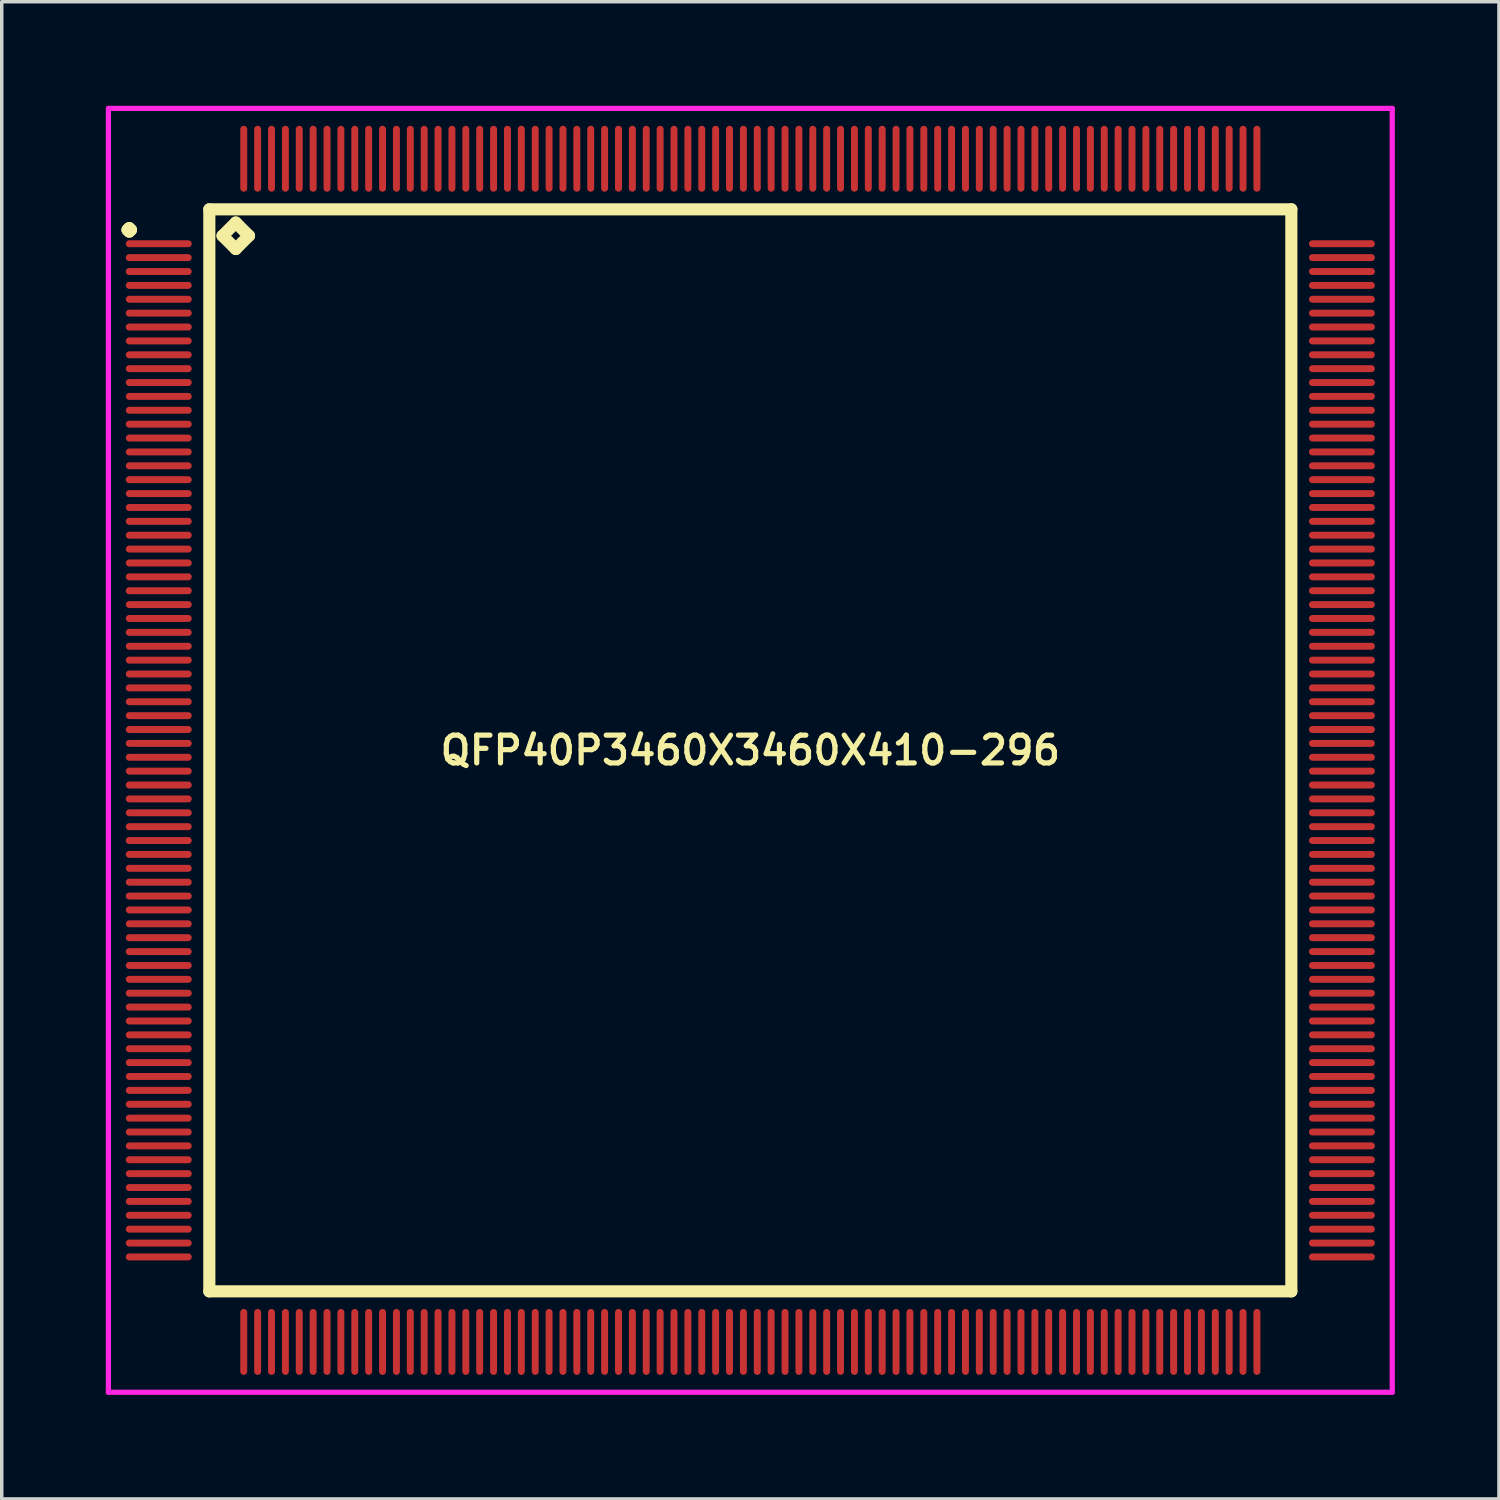
<source format=kicad_pcb>
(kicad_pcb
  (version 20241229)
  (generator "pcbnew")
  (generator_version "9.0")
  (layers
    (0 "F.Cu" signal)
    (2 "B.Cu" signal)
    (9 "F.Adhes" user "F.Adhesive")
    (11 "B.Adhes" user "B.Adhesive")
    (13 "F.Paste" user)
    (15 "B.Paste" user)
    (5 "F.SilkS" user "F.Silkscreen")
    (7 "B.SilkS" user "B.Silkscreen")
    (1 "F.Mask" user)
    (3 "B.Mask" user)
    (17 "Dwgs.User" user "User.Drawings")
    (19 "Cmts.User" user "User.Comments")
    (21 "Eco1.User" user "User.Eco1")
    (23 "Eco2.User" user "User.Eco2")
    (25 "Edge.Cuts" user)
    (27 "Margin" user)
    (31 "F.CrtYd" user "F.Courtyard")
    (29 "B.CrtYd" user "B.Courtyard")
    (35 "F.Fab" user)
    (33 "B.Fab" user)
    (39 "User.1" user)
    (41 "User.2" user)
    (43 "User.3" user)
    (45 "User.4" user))
  (footprint "QFP40P3460X3460X410-296"
    (layer "F.Cu")
    (at 18.575 18.575)
    (property "Reference" "QFP40P3460X3460X410-296" (at 0 0 0) (layer "F.SilkS") (effects (font (size 0.8 0.8) (thickness 0.15))))
    (attr smd)
    (fp_line (start -17.95 -15) (end -17.9 -15.05) (stroke (width 0.35) (type solid)) (layer "F.SilkS"))
    (fp_line (start -17.9 -15.05) (end -17.85 -15) (stroke (width 0.35) (type solid)) (layer "F.SilkS"))
    (fp_line (start -17.9 -14.95) (end -17.95 -15) (stroke (width 0.35) (type solid)) (layer "F.SilkS"))
    (fp_line (start -17.85 -15) (end -17.9 -14.95) (stroke (width 0.35) (type solid)) (layer "F.SilkS"))
    (fp_line (start -15.592 -15.592) (end -15.592 15.592) (stroke (width 0.35) (type solid)) (layer "F.SilkS"))
    (fp_line (start -15.592 15.592) (end 15.592 15.592) (stroke (width 0.35) (type solid)) (layer "F.SilkS"))
    (fp_line (start -15.211 -14.83) (end -14.83 -15.211) (stroke (width 0.35) (type solid)) (layer "F.SilkS"))
    (fp_line (start -14.83 -15.211) (end -14.449 -14.83) (stroke (width 0.35) (type solid)) (layer "F.SilkS"))
    (fp_line (start -14.83 -14.449) (end -15.211 -14.83) (stroke (width 0.35) (type solid)) (layer "F.SilkS"))
    (fp_line (start -14.449 -14.83) (end -14.83 -14.449) (stroke (width 0.35) (type solid)) (layer "F.SilkS"))
    (fp_line (start 15.592 -15.592) (end -15.592 -15.592) (stroke (width 0.35) (type solid)) (layer "F.SilkS"))
    (fp_line (start 15.592 15.592) (end 15.592 -15.592) (stroke (width 0.35) (type solid)) (layer "F.SilkS"))
    (fp_line (start -18.5 -18.5) (end 18.5 -18.5) (stroke (width 0.15) (type solid)) (layer "F.CrtYd"))
    (fp_line (start -18.5 18.5) (end -18.5 -18.5) (stroke (width 0.15) (type solid)) (layer "F.CrtYd"))
    (fp_line (start 18.5 -18.5) (end 18.5 18.5) (stroke (width 0.15) (type solid)) (layer "F.CrtYd"))
    (fp_line (start 18.5 18.5) (end -18.5 18.5) (stroke (width 0.15) (type solid)) (layer "F.CrtYd"))
    (pad "1" smd oval (at -17.05 -14.6) (size 1.9 0.2) (layers "F.Cu" "F.Mask" "F.Paste"))
    (pad "2" smd oval (at -17.05 -14.2) (size 1.9 0.2) (layers "F.Cu" "F.Mask" "F.Paste"))
    (pad "3" smd oval (at -17.05 -13.8) (size 1.9 0.2) (layers "F.Cu" "F.Mask" "F.Paste"))
    (pad "4" smd oval (at -17.05 -13.4) (size 1.9 0.2) (layers "F.Cu" "F.Mask" "F.Paste"))
    (pad "5" smd oval (at -17.05 -13) (size 1.9 0.2) (layers "F.Cu" "F.Mask" "F.Paste"))
    (pad "6" smd oval (at -17.05 -12.6) (size 1.9 0.2) (layers "F.Cu" "F.Mask" "F.Paste"))
    (pad "7" smd oval (at -17.05 -12.2) (size 1.9 0.2) (layers "F.Cu" "F.Mask" "F.Paste"))
    (pad "8" smd oval (at -17.05 -11.8) (size 1.9 0.2) (layers "F.Cu" "F.Mask" "F.Paste"))
    (pad "9" smd oval (at -17.05 -11.4) (size 1.9 0.2) (layers "F.Cu" "F.Mask" "F.Paste"))
    (pad "10" smd oval (at -17.05 -11) (size 1.9 0.2) (layers "F.Cu" "F.Mask" "F.Paste"))
    (pad "11" smd oval (at -17.05 -10.6) (size 1.9 0.2) (layers "F.Cu" "F.Mask" "F.Paste"))
    (pad "12" smd oval (at -17.05 -10.2) (size 1.9 0.2) (layers "F.Cu" "F.Mask" "F.Paste"))
    (pad "13" smd oval (at -17.05 -9.8) (size 1.9 0.2) (layers "F.Cu" "F.Mask" "F.Paste"))
    (pad "14" smd oval (at -17.05 -9.4) (size 1.9 0.2) (layers "F.Cu" "F.Mask" "F.Paste"))
    (pad "15" smd oval (at -17.05 -9) (size 1.9 0.2) (layers "F.Cu" "F.Mask" "F.Paste"))
    (pad "16" smd oval (at -17.05 -8.6) (size 1.9 0.2) (layers "F.Cu" "F.Mask" "F.Paste"))
    (pad "17" smd oval (at -17.05 -8.2) (size 1.9 0.2) (layers "F.Cu" "F.Mask" "F.Paste"))
    (pad "18" smd oval (at -17.05 -7.8) (size 1.9 0.2) (layers "F.Cu" "F.Mask" "F.Paste"))
    (pad "19" smd oval (at -17.05 -7.4) (size 1.9 0.2) (layers "F.Cu" "F.Mask" "F.Paste"))
    (pad "20" smd oval (at -17.05 -7) (size 1.9 0.2) (layers "F.Cu" "F.Mask" "F.Paste"))
    (pad "21" smd oval (at -17.05 -6.6) (size 1.9 0.2) (layers "F.Cu" "F.Mask" "F.Paste"))
    (pad "22" smd oval (at -17.05 -6.2) (size 1.9 0.2) (layers "F.Cu" "F.Mask" "F.Paste"))
    (pad "23" smd oval (at -17.05 -5.8) (size 1.9 0.2) (layers "F.Cu" "F.Mask" "F.Paste"))
    (pad "24" smd oval (at -17.05 -5.4) (size 1.9 0.2) (layers "F.Cu" "F.Mask" "F.Paste"))
    (pad "25" smd oval (at -17.05 -5) (size 1.9 0.2) (layers "F.Cu" "F.Mask" "F.Paste"))
    (pad "26" smd oval (at -17.05 -4.6) (size 1.9 0.2) (layers "F.Cu" "F.Mask" "F.Paste"))
    (pad "27" smd oval (at -17.05 -4.2) (size 1.9 0.2) (layers "F.Cu" "F.Mask" "F.Paste"))
    (pad "28" smd oval (at -17.05 -3.8) (size 1.9 0.2) (layers "F.Cu" "F.Mask" "F.Paste"))
    (pad "29" smd oval (at -17.05 -3.4) (size 1.9 0.2) (layers "F.Cu" "F.Mask" "F.Paste"))
    (pad "30" smd oval (at -17.05 -3) (size 1.9 0.2) (layers "F.Cu" "F.Mask" "F.Paste"))
    (pad "31" smd oval (at -17.05 -2.6) (size 1.9 0.2) (layers "F.Cu" "F.Mask" "F.Paste"))
    (pad "32" smd oval (at -17.05 -2.2) (size 1.9 0.2) (layers "F.Cu" "F.Mask" "F.Paste"))
    (pad "33" smd oval (at -17.05 -1.8) (size 1.9 0.2) (layers "F.Cu" "F.Mask" "F.Paste"))
    (pad "34" smd oval (at -17.05 -1.4) (size 1.9 0.2) (layers "F.Cu" "F.Mask" "F.Paste"))
    (pad "35" smd oval (at -17.05 -1) (size 1.9 0.2) (layers "F.Cu" "F.Mask" "F.Paste"))
    (pad "36" smd oval (at -17.05 -0.6) (size 1.9 0.2) (layers "F.Cu" "F.Mask" "F.Paste"))
    (pad "37" smd oval (at -17.05 -0.2) (size 1.9 0.2) (layers "F.Cu" "F.Mask" "F.Paste"))
    (pad "38" smd oval (at -17.05 0.2) (size 1.9 0.2) (layers "F.Cu" "F.Mask" "F.Paste"))
    (pad "39" smd oval (at -17.05 0.6) (size 1.9 0.2) (layers "F.Cu" "F.Mask" "F.Paste"))
    (pad "40" smd oval (at -17.05 1) (size 1.9 0.2) (layers "F.Cu" "F.Mask" "F.Paste"))
    (pad "41" smd oval (at -17.05 1.4) (size 1.9 0.2) (layers "F.Cu" "F.Mask" "F.Paste"))
    (pad "42" smd oval (at -17.05 1.8) (size 1.9 0.2) (layers "F.Cu" "F.Mask" "F.Paste"))
    (pad "43" smd oval (at -17.05 2.2) (size 1.9 0.2) (layers "F.Cu" "F.Mask" "F.Paste"))
    (pad "44" smd oval (at -17.05 2.6) (size 1.9 0.2) (layers "F.Cu" "F.Mask" "F.Paste"))
    (pad "45" smd oval (at -17.05 3) (size 1.9 0.2) (layers "F.Cu" "F.Mask" "F.Paste"))
    (pad "46" smd oval (at -17.05 3.4) (size 1.9 0.2) (layers "F.Cu" "F.Mask" "F.Paste"))
    (pad "47" smd oval (at -17.05 3.8) (size 1.9 0.2) (layers "F.Cu" "F.Mask" "F.Paste"))
    (pad "48" smd oval (at -17.05 4.2) (size 1.9 0.2) (layers "F.Cu" "F.Mask" "F.Paste"))
    (pad "49" smd oval (at -17.05 4.6) (size 1.9 0.2) (layers "F.Cu" "F.Mask" "F.Paste"))
    (pad "50" smd oval (at -17.05 5) (size 1.9 0.2) (layers "F.Cu" "F.Mask" "F.Paste"))
    (pad "51" smd oval (at -17.05 5.4) (size 1.9 0.2) (layers "F.Cu" "F.Mask" "F.Paste"))
    (pad "52" smd oval (at -17.05 5.8) (size 1.9 0.2) (layers "F.Cu" "F.Mask" "F.Paste"))
    (pad "53" smd oval (at -17.05 6.2) (size 1.9 0.2) (layers "F.Cu" "F.Mask" "F.Paste"))
    (pad "54" smd oval (at -17.05 6.6) (size 1.9 0.2) (layers "F.Cu" "F.Mask" "F.Paste"))
    (pad "55" smd oval (at -17.05 7) (size 1.9 0.2) (layers "F.Cu" "F.Mask" "F.Paste"))
    (pad "56" smd oval (at -17.05 7.4) (size 1.9 0.2) (layers "F.Cu" "F.Mask" "F.Paste"))
    (pad "57" smd oval (at -17.05 7.8) (size 1.9 0.2) (layers "F.Cu" "F.Mask" "F.Paste"))
    (pad "58" smd oval (at -17.05 8.2) (size 1.9 0.2) (layers "F.Cu" "F.Mask" "F.Paste"))
    (pad "59" smd oval (at -17.05 8.6) (size 1.9 0.2) (layers "F.Cu" "F.Mask" "F.Paste"))
    (pad "60" smd oval (at -17.05 9) (size 1.9 0.2) (layers "F.Cu" "F.Mask" "F.Paste"))
    (pad "61" smd oval (at -17.05 9.4) (size 1.9 0.2) (layers "F.Cu" "F.Mask" "F.Paste"))
    (pad "62" smd oval (at -17.05 9.8) (size 1.9 0.2) (layers "F.Cu" "F.Mask" "F.Paste"))
    (pad "63" smd oval (at -17.05 10.2) (size 1.9 0.2) (layers "F.Cu" "F.Mask" "F.Paste"))
    (pad "64" smd oval (at -17.05 10.6) (size 1.9 0.2) (layers "F.Cu" "F.Mask" "F.Paste"))
    (pad "65" smd oval (at -17.05 11) (size 1.9 0.2) (layers "F.Cu" "F.Mask" "F.Paste"))
    (pad "66" smd oval (at -17.05 11.4) (size 1.9 0.2) (layers "F.Cu" "F.Mask" "F.Paste"))
    (pad "67" smd oval (at -17.05 11.8) (size 1.9 0.2) (layers "F.Cu" "F.Mask" "F.Paste"))
    (pad "68" smd oval (at -17.05 12.2) (size 1.9 0.2) (layers "F.Cu" "F.Mask" "F.Paste"))
    (pad "69" smd oval (at -17.05 12.6) (size 1.9 0.2) (layers "F.Cu" "F.Mask" "F.Paste"))
    (pad "70" smd oval (at -17.05 13) (size 1.9 0.2) (layers "F.Cu" "F.Mask" "F.Paste"))
    (pad "71" smd oval (at -17.05 13.4) (size 1.9 0.2) (layers "F.Cu" "F.Mask" "F.Paste"))
    (pad "72" smd oval (at -17.05 13.8) (size 1.9 0.2) (layers "F.Cu" "F.Mask" "F.Paste"))
    (pad "73" smd oval (at -17.05 14.2) (size 1.9 0.2) (layers "F.Cu" "F.Mask" "F.Paste"))
    (pad "74" smd oval (at -17.05 14.6) (size 1.9 0.2) (layers "F.Cu" "F.Mask" "F.Paste"))
    (pad "75" smd oval (at -14.6 17.05) (size 0.2 1.9) (layers "F.Cu" "F.Mask" "F.Paste"))
    (pad "76" smd oval (at -14.2 17.05) (size 0.2 1.9) (layers "F.Cu" "F.Mask" "F.Paste"))
    (pad "77" smd oval (at -13.8 17.05) (size 0.2 1.9) (layers "F.Cu" "F.Mask" "F.Paste"))
    (pad "78" smd oval (at -13.4 17.05) (size 0.2 1.9) (layers "F.Cu" "F.Mask" "F.Paste"))
    (pad "79" smd oval (at -13 17.05) (size 0.2 1.9) (layers "F.Cu" "F.Mask" "F.Paste"))
    (pad "80" smd oval (at -12.6 17.05) (size 0.2 1.9) (layers "F.Cu" "F.Mask" "F.Paste"))
    (pad "81" smd oval (at -12.2 17.05) (size 0.2 1.9) (layers "F.Cu" "F.Mask" "F.Paste"))
    (pad "82" smd oval (at -11.8 17.05) (size 0.2 1.9) (layers "F.Cu" "F.Mask" "F.Paste"))
    (pad "83" smd oval (at -11.4 17.05) (size 0.2 1.9) (layers "F.Cu" "F.Mask" "F.Paste"))
    (pad "84" smd oval (at -11 17.05) (size 0.2 1.9) (layers "F.Cu" "F.Mask" "F.Paste"))
    (pad "85" smd oval (at -10.6 17.05) (size 0.2 1.9) (layers "F.Cu" "F.Mask" "F.Paste"))
    (pad "86" smd oval (at -10.2 17.05) (size 0.2 1.9) (layers "F.Cu" "F.Mask" "F.Paste"))
    (pad "87" smd oval (at -9.8 17.05) (size 0.2 1.9) (layers "F.Cu" "F.Mask" "F.Paste"))
    (pad "88" smd oval (at -9.4 17.05) (size 0.2 1.9) (layers "F.Cu" "F.Mask" "F.Paste"))
    (pad "89" smd oval (at -9 17.05) (size 0.2 1.9) (layers "F.Cu" "F.Mask" "F.Paste"))
    (pad "90" smd oval (at -8.6 17.05) (size 0.2 1.9) (layers "F.Cu" "F.Mask" "F.Paste"))
    (pad "91" smd oval (at -8.2 17.05) (size 0.2 1.9) (layers "F.Cu" "F.Mask" "F.Paste"))
    (pad "92" smd oval (at -7.8 17.05) (size 0.2 1.9) (layers "F.Cu" "F.Mask" "F.Paste"))
    (pad "93" smd oval (at -7.4 17.05) (size 0.2 1.9) (layers "F.Cu" "F.Mask" "F.Paste"))
    (pad "94" smd oval (at -7 17.05) (size 0.2 1.9) (layers "F.Cu" "F.Mask" "F.Paste"))
    (pad "95" smd oval (at -6.6 17.05) (size 0.2 1.9) (layers "F.Cu" "F.Mask" "F.Paste"))
    (pad "96" smd oval (at -6.2 17.05) (size 0.2 1.9) (layers "F.Cu" "F.Mask" "F.Paste"))
    (pad "97" smd oval (at -5.8 17.05) (size 0.2 1.9) (layers "F.Cu" "F.Mask" "F.Paste"))
    (pad "98" smd oval (at -5.4 17.05) (size 0.2 1.9) (layers "F.Cu" "F.Mask" "F.Paste"))
    (pad "99" smd oval (at -5 17.05) (size 0.2 1.9) (layers "F.Cu" "F.Mask" "F.Paste"))
    (pad "100" smd oval (at -4.6 17.05) (size 0.2 1.9) (layers "F.Cu" "F.Mask" "F.Paste"))
    (pad "101" smd oval (at -4.2 17.05) (size 0.2 1.9) (layers "F.Cu" "F.Mask" "F.Paste"))
    (pad "102" smd oval (at -3.8 17.05) (size 0.2 1.9) (layers "F.Cu" "F.Mask" "F.Paste"))
    (pad "103" smd oval (at -3.4 17.05) (size 0.2 1.9) (layers "F.Cu" "F.Mask" "F.Paste"))
    (pad "104" smd oval (at -3 17.05) (size 0.2 1.9) (layers "F.Cu" "F.Mask" "F.Paste"))
    (pad "105" smd oval (at -2.6 17.05) (size 0.2 1.9) (layers "F.Cu" "F.Mask" "F.Paste"))
    (pad "106" smd oval (at -2.2 17.05) (size 0.2 1.9) (layers "F.Cu" "F.Mask" "F.Paste"))
    (pad "107" smd oval (at -1.8 17.05) (size 0.2 1.9) (layers "F.Cu" "F.Mask" "F.Paste"))
    (pad "108" smd oval (at -1.4 17.05) (size 0.2 1.9) (layers "F.Cu" "F.Mask" "F.Paste"))
    (pad "109" smd oval (at -1 17.05) (size 0.2 1.9) (layers "F.Cu" "F.Mask" "F.Paste"))
    (pad "110" smd oval (at -0.6 17.05) (size 0.2 1.9) (layers "F.Cu" "F.Mask" "F.Paste"))
    (pad "111" smd oval (at -0.2 17.05) (size 0.2 1.9) (layers "F.Cu" "F.Mask" "F.Paste"))
    (pad "112" smd oval (at 0.2 17.05) (size 0.2 1.9) (layers "F.Cu" "F.Mask" "F.Paste"))
    (pad "113" smd oval (at 0.6 17.05) (size 0.2 1.9) (layers "F.Cu" "F.Mask" "F.Paste"))
    (pad "114" smd oval (at 1 17.05) (size 0.2 1.9) (layers "F.Cu" "F.Mask" "F.Paste"))
    (pad "115" smd oval (at 1.4 17.05) (size 0.2 1.9) (layers "F.Cu" "F.Mask" "F.Paste"))
    (pad "116" smd oval (at 1.8 17.05) (size 0.2 1.9) (layers "F.Cu" "F.Mask" "F.Paste"))
    (pad "117" smd oval (at 2.2 17.05) (size 0.2 1.9) (layers "F.Cu" "F.Mask" "F.Paste"))
    (pad "118" smd oval (at 2.6 17.05) (size 0.2 1.9) (layers "F.Cu" "F.Mask" "F.Paste"))
    (pad "119" smd oval (at 3 17.05) (size 0.2 1.9) (layers "F.Cu" "F.Mask" "F.Paste"))
    (pad "120" smd oval (at 3.4 17.05) (size 0.2 1.9) (layers "F.Cu" "F.Mask" "F.Paste"))
    (pad "121" smd oval (at 3.8 17.05) (size 0.2 1.9) (layers "F.Cu" "F.Mask" "F.Paste"))
    (pad "122" smd oval (at 4.2 17.05) (size 0.2 1.9) (layers "F.Cu" "F.Mask" "F.Paste"))
    (pad "123" smd oval (at 4.6 17.05) (size 0.2 1.9) (layers "F.Cu" "F.Mask" "F.Paste"))
    (pad "124" smd oval (at 5 17.05) (size 0.2 1.9) (layers "F.Cu" "F.Mask" "F.Paste"))
    (pad "125" smd oval (at 5.4 17.05) (size 0.2 1.9) (layers "F.Cu" "F.Mask" "F.Paste"))
    (pad "126" smd oval (at 5.8 17.05) (size 0.2 1.9) (layers "F.Cu" "F.Mask" "F.Paste"))
    (pad "127" smd oval (at 6.2 17.05) (size 0.2 1.9) (layers "F.Cu" "F.Mask" "F.Paste"))
    (pad "128" smd oval (at 6.6 17.05) (size 0.2 1.9) (layers "F.Cu" "F.Mask" "F.Paste"))
    (pad "129" smd oval (at 7 17.05) (size 0.2 1.9) (layers "F.Cu" "F.Mask" "F.Paste"))
    (pad "130" smd oval (at 7.4 17.05) (size 0.2 1.9) (layers "F.Cu" "F.Mask" "F.Paste"))
    (pad "131" smd oval (at 7.8 17.05) (size 0.2 1.9) (layers "F.Cu" "F.Mask" "F.Paste"))
    (pad "132" smd oval (at 8.2 17.05) (size 0.2 1.9) (layers "F.Cu" "F.Mask" "F.Paste"))
    (pad "133" smd oval (at 8.6 17.05) (size 0.2 1.9) (layers "F.Cu" "F.Mask" "F.Paste"))
    (pad "134" smd oval (at 9 17.05) (size 0.2 1.9) (layers "F.Cu" "F.Mask" "F.Paste"))
    (pad "135" smd oval (at 9.4 17.05) (size 0.2 1.9) (layers "F.Cu" "F.Mask" "F.Paste"))
    (pad "136" smd oval (at 9.8 17.05) (size 0.2 1.9) (layers "F.Cu" "F.Mask" "F.Paste"))
    (pad "137" smd oval (at 10.2 17.05) (size 0.2 1.9) (layers "F.Cu" "F.Mask" "F.Paste"))
    (pad "138" smd oval (at 10.6 17.05) (size 0.2 1.9) (layers "F.Cu" "F.Mask" "F.Paste"))
    (pad "139" smd oval (at 11 17.05) (size 0.2 1.9) (layers "F.Cu" "F.Mask" "F.Paste"))
    (pad "140" smd oval (at 11.4 17.05) (size 0.2 1.9) (layers "F.Cu" "F.Mask" "F.Paste"))
    (pad "141" smd oval (at 11.8 17.05) (size 0.2 1.9) (layers "F.Cu" "F.Mask" "F.Paste"))
    (pad "142" smd oval (at 12.2 17.05) (size 0.2 1.9) (layers "F.Cu" "F.Mask" "F.Paste"))
    (pad "143" smd oval (at 12.6 17.05) (size 0.2 1.9) (layers "F.Cu" "F.Mask" "F.Paste"))
    (pad "144" smd oval (at 13 17.05) (size 0.2 1.9) (layers "F.Cu" "F.Mask" "F.Paste"))
    (pad "145" smd oval (at 13.4 17.05) (size 0.2 1.9) (layers "F.Cu" "F.Mask" "F.Paste"))
    (pad "146" smd oval (at 13.8 17.05) (size 0.2 1.9) (layers "F.Cu" "F.Mask" "F.Paste"))
    (pad "147" smd oval (at 14.2 17.05) (size 0.2 1.9) (layers "F.Cu" "F.Mask" "F.Paste"))
    (pad "148" smd oval (at 14.6 17.05) (size 0.2 1.9) (layers "F.Cu" "F.Mask" "F.Paste"))
    (pad "149" smd oval (at 17.05 14.6) (size 1.9 0.2) (layers "F.Cu" "F.Mask" "F.Paste"))
    (pad "150" smd oval (at 17.05 14.2) (size 1.9 0.2) (layers "F.Cu" "F.Mask" "F.Paste"))
    (pad "151" smd oval (at 17.05 13.8) (size 1.9 0.2) (layers "F.Cu" "F.Mask" "F.Paste"))
    (pad "152" smd oval (at 17.05 13.4) (size 1.9 0.2) (layers "F.Cu" "F.Mask" "F.Paste"))
    (pad "153" smd oval (at 17.05 13) (size 1.9 0.2) (layers "F.Cu" "F.Mask" "F.Paste"))
    (pad "154" smd oval (at 17.05 12.6) (size 1.9 0.2) (layers "F.Cu" "F.Mask" "F.Paste"))
    (pad "155" smd oval (at 17.05 12.2) (size 1.9 0.2) (layers "F.Cu" "F.Mask" "F.Paste"))
    (pad "156" smd oval (at 17.05 11.8) (size 1.9 0.2) (layers "F.Cu" "F.Mask" "F.Paste"))
    (pad "157" smd oval (at 17.05 11.4) (size 1.9 0.2) (layers "F.Cu" "F.Mask" "F.Paste"))
    (pad "158" smd oval (at 17.05 11) (size 1.9 0.2) (layers "F.Cu" "F.Mask" "F.Paste"))
    (pad "159" smd oval (at 17.05 10.6) (size 1.9 0.2) (layers "F.Cu" "F.Mask" "F.Paste"))
    (pad "160" smd oval (at 17.05 10.2) (size 1.9 0.2) (layers "F.Cu" "F.Mask" "F.Paste"))
    (pad "161" smd oval (at 17.05 9.8) (size 1.9 0.2) (layers "F.Cu" "F.Mask" "F.Paste"))
    (pad "162" smd oval (at 17.05 9.4) (size 1.9 0.2) (layers "F.Cu" "F.Mask" "F.Paste"))
    (pad "163" smd oval (at 17.05 9) (size 1.9 0.2) (layers "F.Cu" "F.Mask" "F.Paste"))
    (pad "164" smd oval (at 17.05 8.6) (size 1.9 0.2) (layers "F.Cu" "F.Mask" "F.Paste"))
    (pad "165" smd oval (at 17.05 8.2) (size 1.9 0.2) (layers "F.Cu" "F.Mask" "F.Paste"))
    (pad "166" smd oval (at 17.05 7.8) (size 1.9 0.2) (layers "F.Cu" "F.Mask" "F.Paste"))
    (pad "167" smd oval (at 17.05 7.4) (size 1.9 0.2) (layers "F.Cu" "F.Mask" "F.Paste"))
    (pad "168" smd oval (at 17.05 7) (size 1.9 0.2) (layers "F.Cu" "F.Mask" "F.Paste"))
    (pad "169" smd oval (at 17.05 6.6) (size 1.9 0.2) (layers "F.Cu" "F.Mask" "F.Paste"))
    (pad "170" smd oval (at 17.05 6.2) (size 1.9 0.2) (layers "F.Cu" "F.Mask" "F.Paste"))
    (pad "171" smd oval (at 17.05 5.8) (size 1.9 0.2) (layers "F.Cu" "F.Mask" "F.Paste"))
    (pad "172" smd oval (at 17.05 5.4) (size 1.9 0.2) (layers "F.Cu" "F.Mask" "F.Paste"))
    (pad "173" smd oval (at 17.05 5) (size 1.9 0.2) (layers "F.Cu" "F.Mask" "F.Paste"))
    (pad "174" smd oval (at 17.05 4.6) (size 1.9 0.2) (layers "F.Cu" "F.Mask" "F.Paste"))
    (pad "175" smd oval (at 17.05 4.2) (size 1.9 0.2) (layers "F.Cu" "F.Mask" "F.Paste"))
    (pad "176" smd oval (at 17.05 3.8) (size 1.9 0.2) (layers "F.Cu" "F.Mask" "F.Paste"))
    (pad "177" smd oval (at 17.05 3.4) (size 1.9 0.2) (layers "F.Cu" "F.Mask" "F.Paste"))
    (pad "178" smd oval (at 17.05 3) (size 1.9 0.2) (layers "F.Cu" "F.Mask" "F.Paste"))
    (pad "179" smd oval (at 17.05 2.6) (size 1.9 0.2) (layers "F.Cu" "F.Mask" "F.Paste"))
    (pad "180" smd oval (at 17.05 2.2) (size 1.9 0.2) (layers "F.Cu" "F.Mask" "F.Paste"))
    (pad "181" smd oval (at 17.05 1.8) (size 1.9 0.2) (layers "F.Cu" "F.Mask" "F.Paste"))
    (pad "182" smd oval (at 17.05 1.4) (size 1.9 0.2) (layers "F.Cu" "F.Mask" "F.Paste"))
    (pad "183" smd oval (at 17.05 1) (size 1.9 0.2) (layers "F.Cu" "F.Mask" "F.Paste"))
    (pad "184" smd oval (at 17.05 0.6) (size 1.9 0.2) (layers "F.Cu" "F.Mask" "F.Paste"))
    (pad "185" smd oval (at 17.05 0.2) (size 1.9 0.2) (layers "F.Cu" "F.Mask" "F.Paste"))
    (pad "186" smd oval (at 17.05 -0.2) (size 1.9 0.2) (layers "F.Cu" "F.Mask" "F.Paste"))
    (pad "187" smd oval (at 17.05 -0.6) (size 1.9 0.2) (layers "F.Cu" "F.Mask" "F.Paste"))
    (pad "188" smd oval (at 17.05 -1) (size 1.9 0.2) (layers "F.Cu" "F.Mask" "F.Paste"))
    (pad "189" smd oval (at 17.05 -1.4) (size 1.9 0.2) (layers "F.Cu" "F.Mask" "F.Paste"))
    (pad "190" smd oval (at 17.05 -1.8) (size 1.9 0.2) (layers "F.Cu" "F.Mask" "F.Paste"))
    (pad "191" smd oval (at 17.05 -2.2) (size 1.9 0.2) (layers "F.Cu" "F.Mask" "F.Paste"))
    (pad "192" smd oval (at 17.05 -2.6) (size 1.9 0.2) (layers "F.Cu" "F.Mask" "F.Paste"))
    (pad "193" smd oval (at 17.05 -3) (size 1.9 0.2) (layers "F.Cu" "F.Mask" "F.Paste"))
    (pad "194" smd oval (at 17.05 -3.4) (size 1.9 0.2) (layers "F.Cu" "F.Mask" "F.Paste"))
    (pad "195" smd oval (at 17.05 -3.8) (size 1.9 0.2) (layers "F.Cu" "F.Mask" "F.Paste"))
    (pad "196" smd oval (at 17.05 -4.2) (size 1.9 0.2) (layers "F.Cu" "F.Mask" "F.Paste"))
    (pad "197" smd oval (at 17.05 -4.6) (size 1.9 0.2) (layers "F.Cu" "F.Mask" "F.Paste"))
    (pad "198" smd oval (at 17.05 -5) (size 1.9 0.2) (layers "F.Cu" "F.Mask" "F.Paste"))
    (pad "199" smd oval (at 17.05 -5.4) (size 1.9 0.2) (layers "F.Cu" "F.Mask" "F.Paste"))
    (pad "200" smd oval (at 17.05 -5.8) (size 1.9 0.2) (layers "F.Cu" "F.Mask" "F.Paste"))
    (pad "201" smd oval (at 17.05 -6.2) (size 1.9 0.2) (layers "F.Cu" "F.Mask" "F.Paste"))
    (pad "202" smd oval (at 17.05 -6.6) (size 1.9 0.2) (layers "F.Cu" "F.Mask" "F.Paste"))
    (pad "203" smd oval (at 17.05 -7) (size 1.9 0.2) (layers "F.Cu" "F.Mask" "F.Paste"))
    (pad "204" smd oval (at 17.05 -7.4) (size 1.9 0.2) (layers "F.Cu" "F.Mask" "F.Paste"))
    (pad "205" smd oval (at 17.05 -7.8) (size 1.9 0.2) (layers "F.Cu" "F.Mask" "F.Paste"))
    (pad "206" smd oval (at 17.05 -8.2) (size 1.9 0.2) (layers "F.Cu" "F.Mask" "F.Paste"))
    (pad "207" smd oval (at 17.05 -8.6) (size 1.9 0.2) (layers "F.Cu" "F.Mask" "F.Paste"))
    (pad "208" smd oval (at 17.05 -9) (size 1.9 0.2) (layers "F.Cu" "F.Mask" "F.Paste"))
    (pad "209" smd oval (at 17.05 -9.4) (size 1.9 0.2) (layers "F.Cu" "F.Mask" "F.Paste"))
    (pad "210" smd oval (at 17.05 -9.8) (size 1.9 0.2) (layers "F.Cu" "F.Mask" "F.Paste"))
    (pad "211" smd oval (at 17.05 -10.2) (size 1.9 0.2) (layers "F.Cu" "F.Mask" "F.Paste"))
    (pad "212" smd oval (at 17.05 -10.6) (size 1.9 0.2) (layers "F.Cu" "F.Mask" "F.Paste"))
    (pad "213" smd oval (at 17.05 -11) (size 1.9 0.2) (layers "F.Cu" "F.Mask" "F.Paste"))
    (pad "214" smd oval (at 17.05 -11.4) (size 1.9 0.2) (layers "F.Cu" "F.Mask" "F.Paste"))
    (pad "215" smd oval (at 17.05 -11.8) (size 1.9 0.2) (layers "F.Cu" "F.Mask" "F.Paste"))
    (pad "216" smd oval (at 17.05 -12.2) (size 1.9 0.2) (layers "F.Cu" "F.Mask" "F.Paste"))
    (pad "217" smd oval (at 17.05 -12.6) (size 1.9 0.2) (layers "F.Cu" "F.Mask" "F.Paste"))
    (pad "218" smd oval (at 17.05 -13) (size 1.9 0.2) (layers "F.Cu" "F.Mask" "F.Paste"))
    (pad "219" smd oval (at 17.05 -13.4) (size 1.9 0.2) (layers "F.Cu" "F.Mask" "F.Paste"))
    (pad "220" smd oval (at 17.05 -13.8) (size 1.9 0.2) (layers "F.Cu" "F.Mask" "F.Paste"))
    (pad "221" smd oval (at 17.05 -14.2) (size 1.9 0.2) (layers "F.Cu" "F.Mask" "F.Paste"))
    (pad "222" smd oval (at 17.05 -14.6) (size 1.9 0.2) (layers "F.Cu" "F.Mask" "F.Paste"))
    (pad "223" smd oval (at 14.6 -17.05) (size 0.2 1.9) (layers "F.Cu" "F.Mask" "F.Paste"))
    (pad "224" smd oval (at 14.2 -17.05) (size 0.2 1.9) (layers "F.Cu" "F.Mask" "F.Paste"))
    (pad "225" smd oval (at 13.8 -17.05) (size 0.2 1.9) (layers "F.Cu" "F.Mask" "F.Paste"))
    (pad "226" smd oval (at 13.4 -17.05) (size 0.2 1.9) (layers "F.Cu" "F.Mask" "F.Paste"))
    (pad "227" smd oval (at 13 -17.05) (size 0.2 1.9) (layers "F.Cu" "F.Mask" "F.Paste"))
    (pad "228" smd oval (at 12.6 -17.05) (size 0.2 1.9) (layers "F.Cu" "F.Mask" "F.Paste"))
    (pad "229" smd oval (at 12.2 -17.05) (size 0.2 1.9) (layers "F.Cu" "F.Mask" "F.Paste"))
    (pad "230" smd oval (at 11.8 -17.05) (size 0.2 1.9) (layers "F.Cu" "F.Mask" "F.Paste"))
    (pad "231" smd oval (at 11.4 -17.05) (size 0.2 1.9) (layers "F.Cu" "F.Mask" "F.Paste"))
    (pad "232" smd oval (at 11 -17.05) (size 0.2 1.9) (layers "F.Cu" "F.Mask" "F.Paste"))
    (pad "233" smd oval (at 10.6 -17.05) (size 0.2 1.9) (layers "F.Cu" "F.Mask" "F.Paste"))
    (pad "234" smd oval (at 10.2 -17.05) (size 0.2 1.9) (layers "F.Cu" "F.Mask" "F.Paste"))
    (pad "235" smd oval (at 9.8 -17.05) (size 0.2 1.9) (layers "F.Cu" "F.Mask" "F.Paste"))
    (pad "236" smd oval (at 9.4 -17.05) (size 0.2 1.9) (layers "F.Cu" "F.Mask" "F.Paste"))
    (pad "237" smd oval (at 9 -17.05) (size 0.2 1.9) (layers "F.Cu" "F.Mask" "F.Paste"))
    (pad "238" smd oval (at 8.6 -17.05) (size 0.2 1.9) (layers "F.Cu" "F.Mask" "F.Paste"))
    (pad "239" smd oval (at 8.2 -17.05) (size 0.2 1.9) (layers "F.Cu" "F.Mask" "F.Paste"))
    (pad "240" smd oval (at 7.8 -17.05) (size 0.2 1.9) (layers "F.Cu" "F.Mask" "F.Paste"))
    (pad "241" smd oval (at 7.4 -17.05) (size 0.2 1.9) (layers "F.Cu" "F.Mask" "F.Paste"))
    (pad "242" smd oval (at 7 -17.05) (size 0.2 1.9) (layers "F.Cu" "F.Mask" "F.Paste"))
    (pad "243" smd oval (at 6.6 -17.05) (size 0.2 1.9) (layers "F.Cu" "F.Mask" "F.Paste"))
    (pad "244" smd oval (at 6.2 -17.05) (size 0.2 1.9) (layers "F.Cu" "F.Mask" "F.Paste"))
    (pad "245" smd oval (at 5.8 -17.05) (size 0.2 1.9) (layers "F.Cu" "F.Mask" "F.Paste"))
    (pad "246" smd oval (at 5.4 -17.05) (size 0.2 1.9) (layers "F.Cu" "F.Mask" "F.Paste"))
    (pad "247" smd oval (at 5 -17.05) (size 0.2 1.9) (layers "F.Cu" "F.Mask" "F.Paste"))
    (pad "248" smd oval (at 4.6 -17.05) (size 0.2 1.9) (layers "F.Cu" "F.Mask" "F.Paste"))
    (pad "249" smd oval (at 4.2 -17.05) (size 0.2 1.9) (layers "F.Cu" "F.Mask" "F.Paste"))
    (pad "250" smd oval (at 3.8 -17.05) (size 0.2 1.9) (layers "F.Cu" "F.Mask" "F.Paste"))
    (pad "251" smd oval (at 3.4 -17.05) (size 0.2 1.9) (layers "F.Cu" "F.Mask" "F.Paste"))
    (pad "252" smd oval (at 3 -17.05) (size 0.2 1.9) (layers "F.Cu" "F.Mask" "F.Paste"))
    (pad "253" smd oval (at 2.6 -17.05) (size 0.2 1.9) (layers "F.Cu" "F.Mask" "F.Paste"))
    (pad "254" smd oval (at 2.2 -17.05) (size 0.2 1.9) (layers "F.Cu" "F.Mask" "F.Paste"))
    (pad "255" smd oval (at 1.8 -17.05) (size 0.2 1.9) (layers "F.Cu" "F.Mask" "F.Paste"))
    (pad "256" smd oval (at 1.4 -17.05) (size 0.2 1.9) (layers "F.Cu" "F.Mask" "F.Paste"))
    (pad "257" smd oval (at 1 -17.05) (size 0.2 1.9) (layers "F.Cu" "F.Mask" "F.Paste"))
    (pad "258" smd oval (at 0.6 -17.05) (size 0.2 1.9) (layers "F.Cu" "F.Mask" "F.Paste"))
    (pad "259" smd oval (at 0.2 -17.05) (size 0.2 1.9) (layers "F.Cu" "F.Mask" "F.Paste"))
    (pad "260" smd oval (at -0.2 -17.05) (size 0.2 1.9) (layers "F.Cu" "F.Mask" "F.Paste"))
    (pad "261" smd oval (at -0.6 -17.05) (size 0.2 1.9) (layers "F.Cu" "F.Mask" "F.Paste"))
    (pad "262" smd oval (at -1 -17.05) (size 0.2 1.9) (layers "F.Cu" "F.Mask" "F.Paste"))
    (pad "263" smd oval (at -1.4 -17.05) (size 0.2 1.9) (layers "F.Cu" "F.Mask" "F.Paste"))
    (pad "264" smd oval (at -1.8 -17.05) (size 0.2 1.9) (layers "F.Cu" "F.Mask" "F.Paste"))
    (pad "265" smd oval (at -2.2 -17.05) (size 0.2 1.9) (layers "F.Cu" "F.Mask" "F.Paste"))
    (pad "266" smd oval (at -2.6 -17.05) (size 0.2 1.9) (layers "F.Cu" "F.Mask" "F.Paste"))
    (pad "267" smd oval (at -3 -17.05) (size 0.2 1.9) (layers "F.Cu" "F.Mask" "F.Paste"))
    (pad "268" smd oval (at -3.4 -17.05) (size 0.2 1.9) (layers "F.Cu" "F.Mask" "F.Paste"))
    (pad "269" smd oval (at -3.8 -17.05) (size 0.2 1.9) (layers "F.Cu" "F.Mask" "F.Paste"))
    (pad "270" smd oval (at -4.2 -17.05) (size 0.2 1.9) (layers "F.Cu" "F.Mask" "F.Paste"))
    (pad "271" smd oval (at -4.6 -17.05) (size 0.2 1.9) (layers "F.Cu" "F.Mask" "F.Paste"))
    (pad "272" smd oval (at -5 -17.05) (size 0.2 1.9) (layers "F.Cu" "F.Mask" "F.Paste"))
    (pad "273" smd oval (at -5.4 -17.05) (size 0.2 1.9) (layers "F.Cu" "F.Mask" "F.Paste"))
    (pad "274" smd oval (at -5.8 -17.05) (size 0.2 1.9) (layers "F.Cu" "F.Mask" "F.Paste"))
    (pad "275" smd oval (at -6.2 -17.05) (size 0.2 1.9) (layers "F.Cu" "F.Mask" "F.Paste"))
    (pad "276" smd oval (at -6.6 -17.05) (size 0.2 1.9) (layers "F.Cu" "F.Mask" "F.Paste"))
    (pad "277" smd oval (at -7 -17.05) (size 0.2 1.9) (layers "F.Cu" "F.Mask" "F.Paste"))
    (pad "278" smd oval (at -7.4 -17.05) (size 0.2 1.9) (layers "F.Cu" "F.Mask" "F.Paste"))
    (pad "279" smd oval (at -7.8 -17.05) (size 0.2 1.9) (layers "F.Cu" "F.Mask" "F.Paste"))
    (pad "280" smd oval (at -8.2 -17.05) (size 0.2 1.9) (layers "F.Cu" "F.Mask" "F.Paste"))
    (pad "281" smd oval (at -8.6 -17.05) (size 0.2 1.9) (layers "F.Cu" "F.Mask" "F.Paste"))
    (pad "282" smd oval (at -9 -17.05) (size 0.2 1.9) (layers "F.Cu" "F.Mask" "F.Paste"))
    (pad "283" smd oval (at -9.4 -17.05) (size 0.2 1.9) (layers "F.Cu" "F.Mask" "F.Paste"))
    (pad "284" smd oval (at -9.8 -17.05) (size 0.2 1.9) (layers "F.Cu" "F.Mask" "F.Paste"))
    (pad "285" smd oval (at -10.2 -17.05) (size 0.2 1.9) (layers "F.Cu" "F.Mask" "F.Paste"))
    (pad "286" smd oval (at -10.6 -17.05) (size 0.2 1.9) (layers "F.Cu" "F.Mask" "F.Paste"))
    (pad "287" smd oval (at -11 -17.05) (size 0.2 1.9) (layers "F.Cu" "F.Mask" "F.Paste"))
    (pad "288" smd oval (at -11.4 -17.05) (size 0.2 1.9) (layers "F.Cu" "F.Mask" "F.Paste"))
    (pad "289" smd oval (at -11.8 -17.05) (size 0.2 1.9) (layers "F.Cu" "F.Mask" "F.Paste"))
    (pad "290" smd oval (at -12.2 -17.05) (size 0.2 1.9) (layers "F.Cu" "F.Mask" "F.Paste"))
    (pad "291" smd oval (at -12.6 -17.05) (size 0.2 1.9) (layers "F.Cu" "F.Mask" "F.Paste"))
    (pad "292" smd oval (at -13 -17.05) (size 0.2 1.9) (layers "F.Cu" "F.Mask" "F.Paste"))
    (pad "293" smd oval (at -13.4 -17.05) (size 0.2 1.9) (layers "F.Cu" "F.Mask" "F.Paste"))
    (pad "294" smd oval (at -13.8 -17.05) (size 0.2 1.9) (layers "F.Cu" "F.Mask" "F.Paste"))
    (pad "295" smd oval (at -14.2 -17.05) (size 0.2 1.9) (layers "F.Cu" "F.Mask" "F.Paste"))
    (pad "296" smd oval (at -14.6 -17.05) (size 0.2 1.9) (layers "F.Cu" "F.Mask" "F.Paste")))
  (gr_rect
    (start -3 -3)
    (end 40.15 40.15)
    (stroke (width 0.1) (type default))
    (fill no)
    (layer "Edge.Cuts")))
</source>
